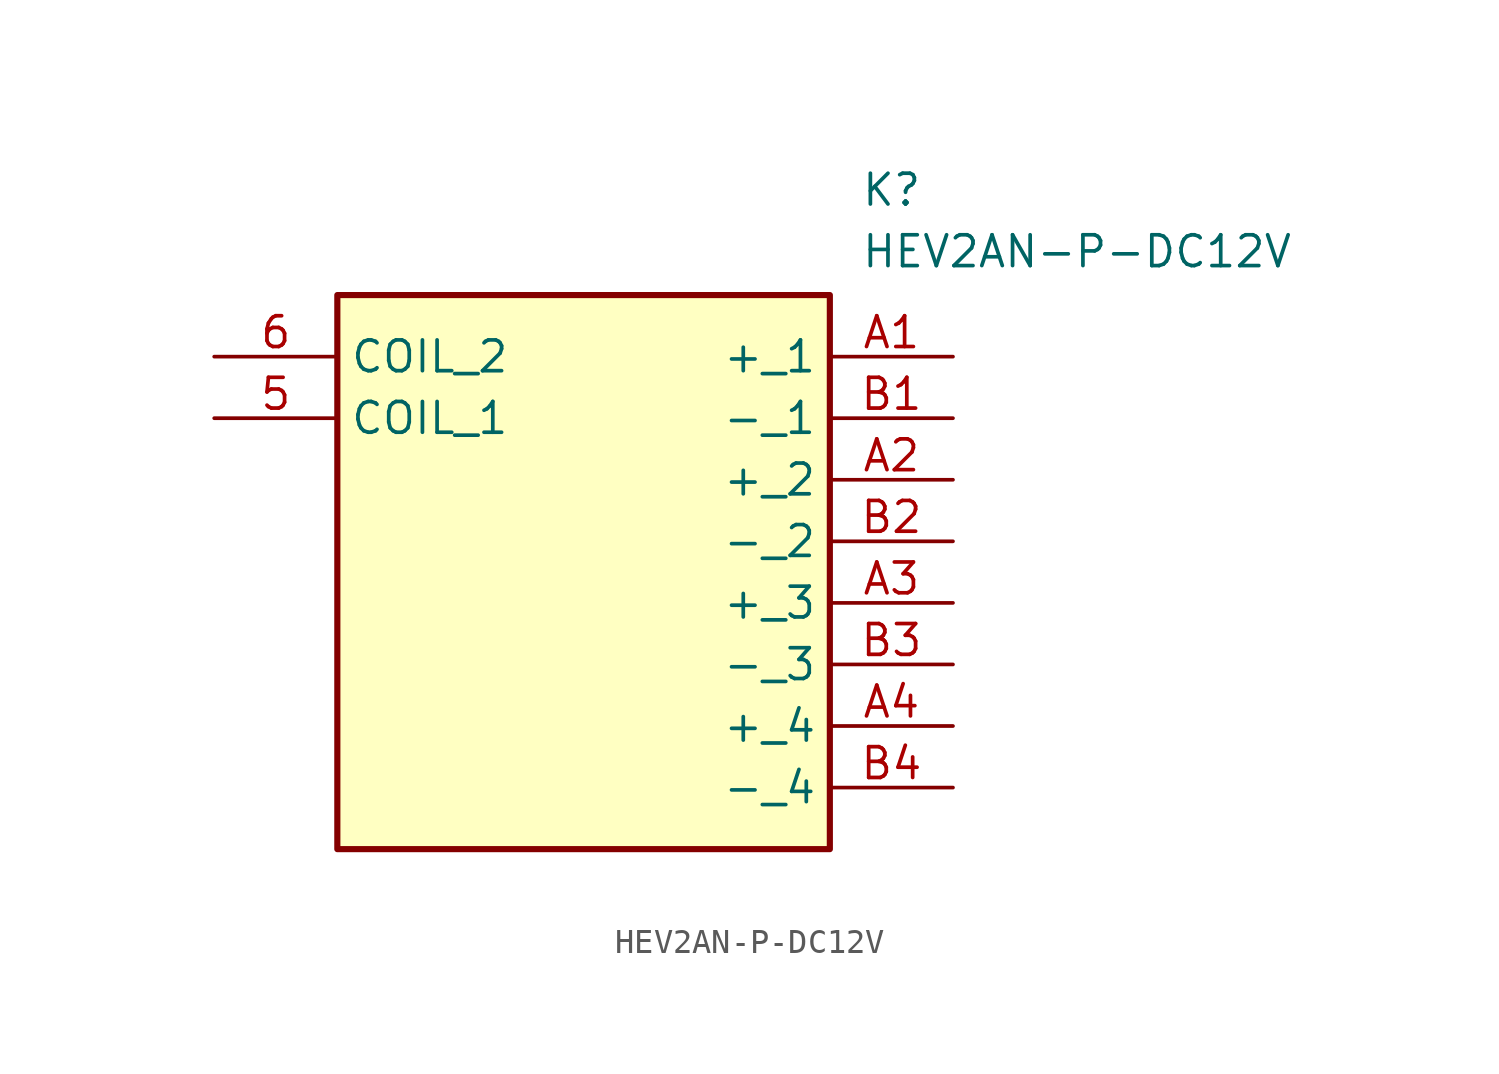
<source format=kicad_sym>
(kicad_symbol_lib
  (version 20211014)
  (generator SamacSys_ECAD_Model)
  (symbol "HEV2AN-P-DC12V"
    (property "Reference" "K"
      (at 26.67 7.62 0)
      (effects (font (size 1.27 1.27)) (justify left top)))
    (property "Value" "HEV2AN-P-DC12V"
      (at 26.67 5.08 0)
      (effects (font (size 1.27 1.27)) (justify left top)))
    (rectangle
      (start 5.08 2.54)
      (end 25.4 -20.32)
      (stroke (width 0.254) (type default))
      (fill (type background)))
    (pin passive line
      (at 0 -2.54 0)
      (length 5.08)
      (name "COIL_1" (effects (font (size 1.27 1.27))))
      (number "5" (effects (font (size 1.27 1.27)))))
    (pin passive line
      (at 0 0 0)
      (length 5.08)
      (name "COIL_2" (effects (font (size 1.27 1.27))))
      (number "6" (effects (font (size 1.27 1.27)))))
    (pin passive line
      (at 30.48 0 180)
      (length 5.08)
      (name "+_1" (effects (font (size 1.27 1.27))))
      (number "A1" (effects (font (size 1.27 1.27)))))
    (pin passive line
      (at 30.48 -5.08 180)
      (length 5.08)
      (name "+_2" (effects (font (size 1.27 1.27))))
      (number "A2" (effects (font (size 1.27 1.27)))))
    (pin passive line
      (at 30.48 -10.16 180)
      (length 5.08)
      (name "+_3" (effects (font (size 1.27 1.27))))
      (number "A3" (effects (font (size 1.27 1.27)))))
    (pin passive line
      (at 30.48 -15.24 180)
      (length 5.08)
      (name "+_4" (effects (font (size 1.27 1.27))))
      (number "A4" (effects (font (size 1.27 1.27)))))
    (pin passive line
      (at 30.48 -2.54 180)
      (length 5.08)
      (name "-_1" (effects (font (size 1.27 1.27))))
      (number "B1" (effects (font (size 1.27 1.27)))))
    (pin passive line
      (at 30.48 -7.62 180)
      (length 5.08)
      (name "-_2" (effects (font (size 1.27 1.27))))
      (number "B2" (effects (font (size 1.27 1.27)))))
    (pin passive line
      (at 30.48 -12.7 180)
      (length 5.08)
      (name "-_3" (effects (font (size 1.27 1.27))))
      (number "B3" (effects (font (size 1.27 1.27)))))
    (pin passive line
      (at 30.48 -17.78 180)
      (length 5.08)
      (name "-_4" (effects (font (size 1.27 1.27))))
      (number "B4" (effects (font (size 1.27 1.27)))))))
</source>
